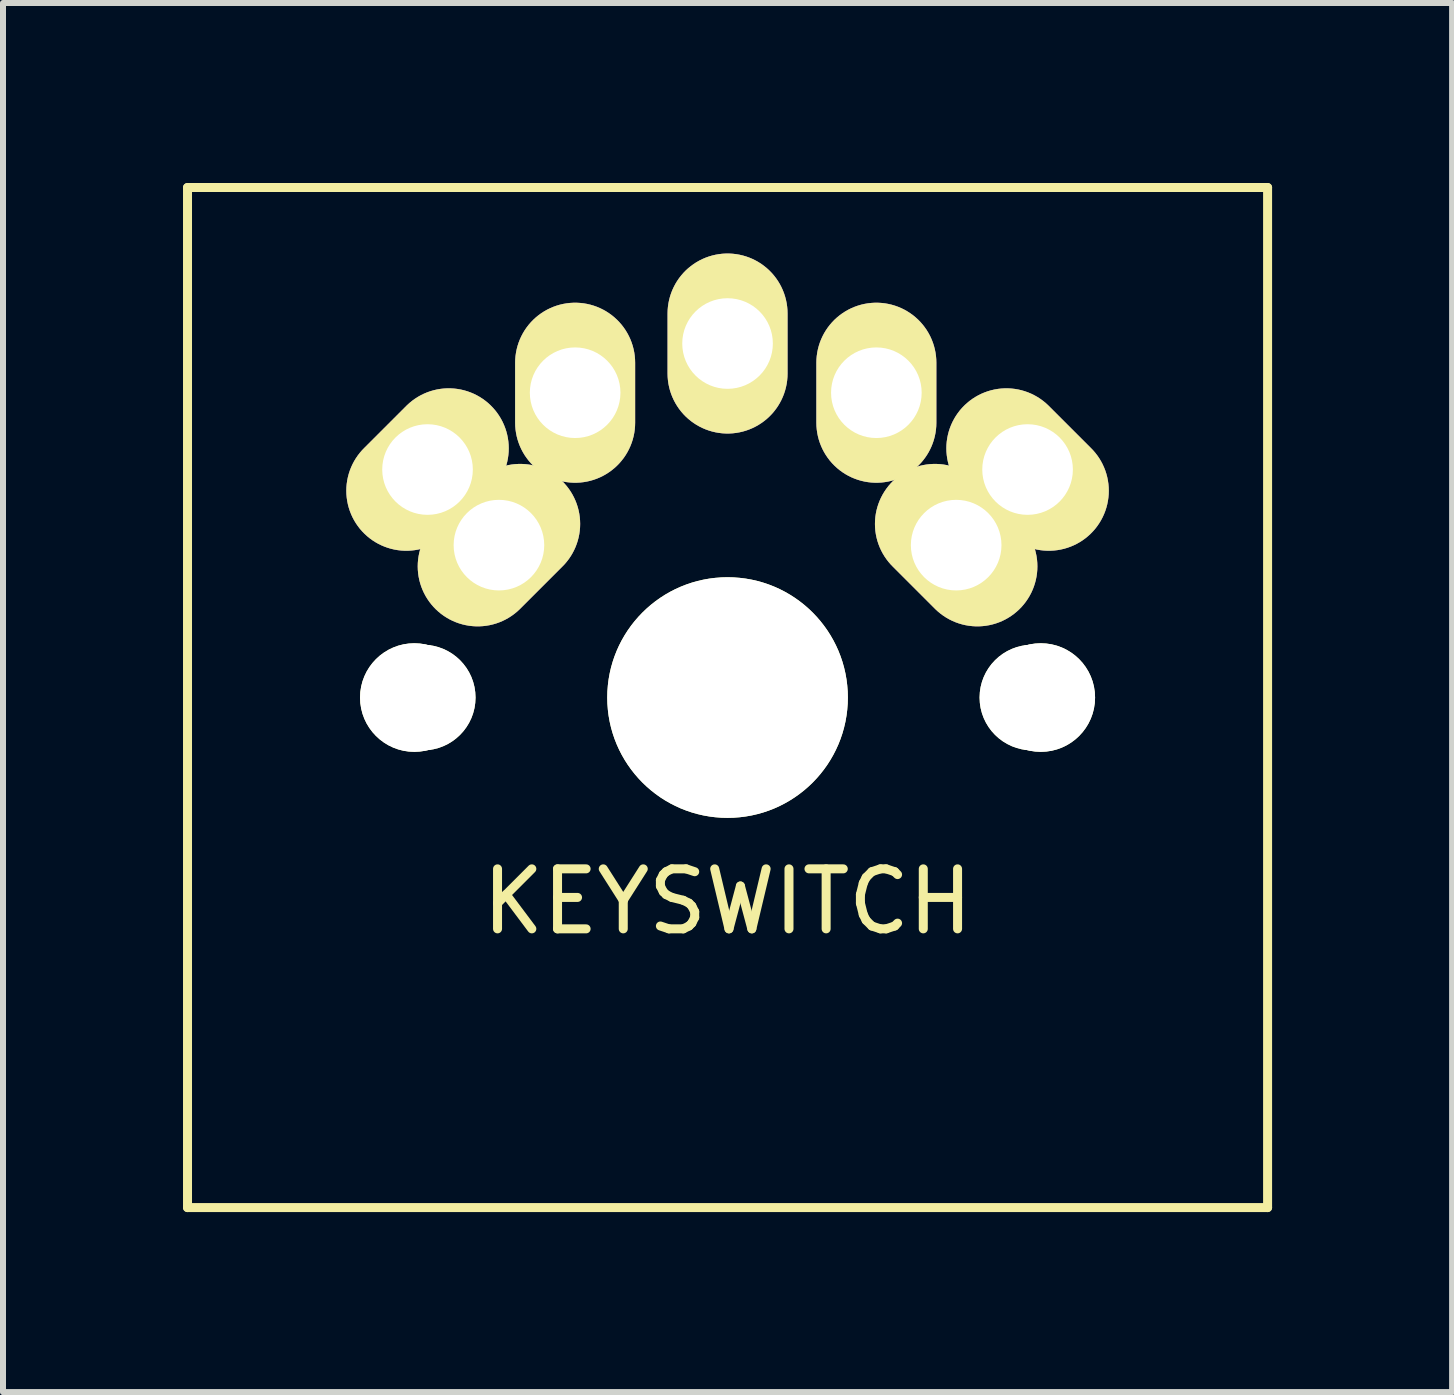
<source format=kicad_pcb>
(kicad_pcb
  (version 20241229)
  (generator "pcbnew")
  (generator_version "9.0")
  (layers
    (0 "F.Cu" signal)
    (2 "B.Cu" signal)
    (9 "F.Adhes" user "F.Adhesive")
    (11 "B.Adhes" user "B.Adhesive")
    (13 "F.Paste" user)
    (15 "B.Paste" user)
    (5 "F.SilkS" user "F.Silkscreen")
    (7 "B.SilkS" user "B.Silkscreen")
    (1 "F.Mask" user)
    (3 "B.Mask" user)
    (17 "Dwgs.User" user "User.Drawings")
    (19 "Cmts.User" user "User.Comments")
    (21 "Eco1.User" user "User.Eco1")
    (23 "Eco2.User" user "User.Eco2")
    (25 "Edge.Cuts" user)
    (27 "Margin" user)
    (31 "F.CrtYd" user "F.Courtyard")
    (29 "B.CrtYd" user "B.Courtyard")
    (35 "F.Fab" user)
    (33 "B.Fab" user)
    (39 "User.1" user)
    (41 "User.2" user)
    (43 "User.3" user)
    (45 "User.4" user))
  (footprint "KEYSWITCH"
    (layer "F.Cu")
    (at 9.075 8.575)
    (property "Reference" "KEYSWITCH" (at 0 3.4 0) (layer "F.SilkS") (effects (font (size 1 1) (thickness 0.15))))
    (attr through_hole)
    (fp_line (start -9 -8.5) (end -9 8.5) (stroke (width 0.15) (type solid)) (layer "F.SilkS"))
    (fp_line (start -9 -8.5) (end 9 -8.5) (stroke (width 0.15) (type solid)) (layer "F.SilkS"))
    (fp_line (start -9 8.5) (end 9 8.5) (stroke (width 0.15) (type solid)) (layer "F.SilkS"))
    (fp_line (start 9 -8.5) (end 9 8.5) (stroke (width 0.15) (type solid)) (layer "F.SilkS"))
    (pad "" np_thru_hole circle (at -5.22 0) (size 1.81 1.81) (drill 1.81) (layers "*.Cu" "*.Mask" "F.SilkS"))
    (pad "" np_thru_hole circle (at -5.08 0) (size 1.76 1.76) (drill 1.76) (layers "*.Cu" "*.Mask" "F.SilkS"))
    (pad "" thru_hole oval (at -5 -3.8 135) (size 2 3) (drill 1.51) (layers "*.Cu" "*.Mask" "F.SilkS"))
    (pad "" thru_hole oval (at -3.81 -2.54 135) (size 2 3) (drill 1.51) (layers "*.Cu" "*.Mask" "F.SilkS"))
    (pad "" thru_hole oval (at -2.54 -5.08) (size 2 3) (drill 1.51) (layers "*.Cu" "*.Mask" "F.SilkS"))
    (pad "" np_thru_hole circle (at 0 0) (size 4.01 4.01) (drill 4.01) (layers "*.Cu" "*.Mask" "F.SilkS"))
    (pad "" thru_hole oval (at 2.48 -5.08) (size 2 3) (drill 1.51) (layers "*.Cu" "*.Mask" "F.SilkS"))
    (pad "" thru_hole oval (at 3.81 -2.54 45) (size 2 3) (drill 1.51) (layers "*.Cu" "*.Mask" "F.SilkS"))
    (pad "" np_thru_hole circle (at 5.08 0) (size 1.76 1.76) (drill 1.76) (layers "*.Cu" "*.Mask" "F.SilkS"))
    (pad "" np_thru_hole circle (at 5.22 0) (size 1.81 1.81) (drill 1.81) (layers "*.Cu" "*.Mask" "F.SilkS"))
    (pad "1" thru_hole oval (at 0 -5.9) (size 2 3) (drill 1.51) (layers "*.Cu" "*.Mask" "F.SilkS"))
    (pad "2" thru_hole oval (at 5 -3.8 45) (size 2 3) (drill 1.51) (layers "*.Cu" "*.Mask" "F.SilkS")))
  (gr_rect
    (start -3 -3)
    (end 21.15 20.15)
    (stroke (width 0.1) (type default))
    (fill no)
    (layer "Edge.Cuts")))
</source>
